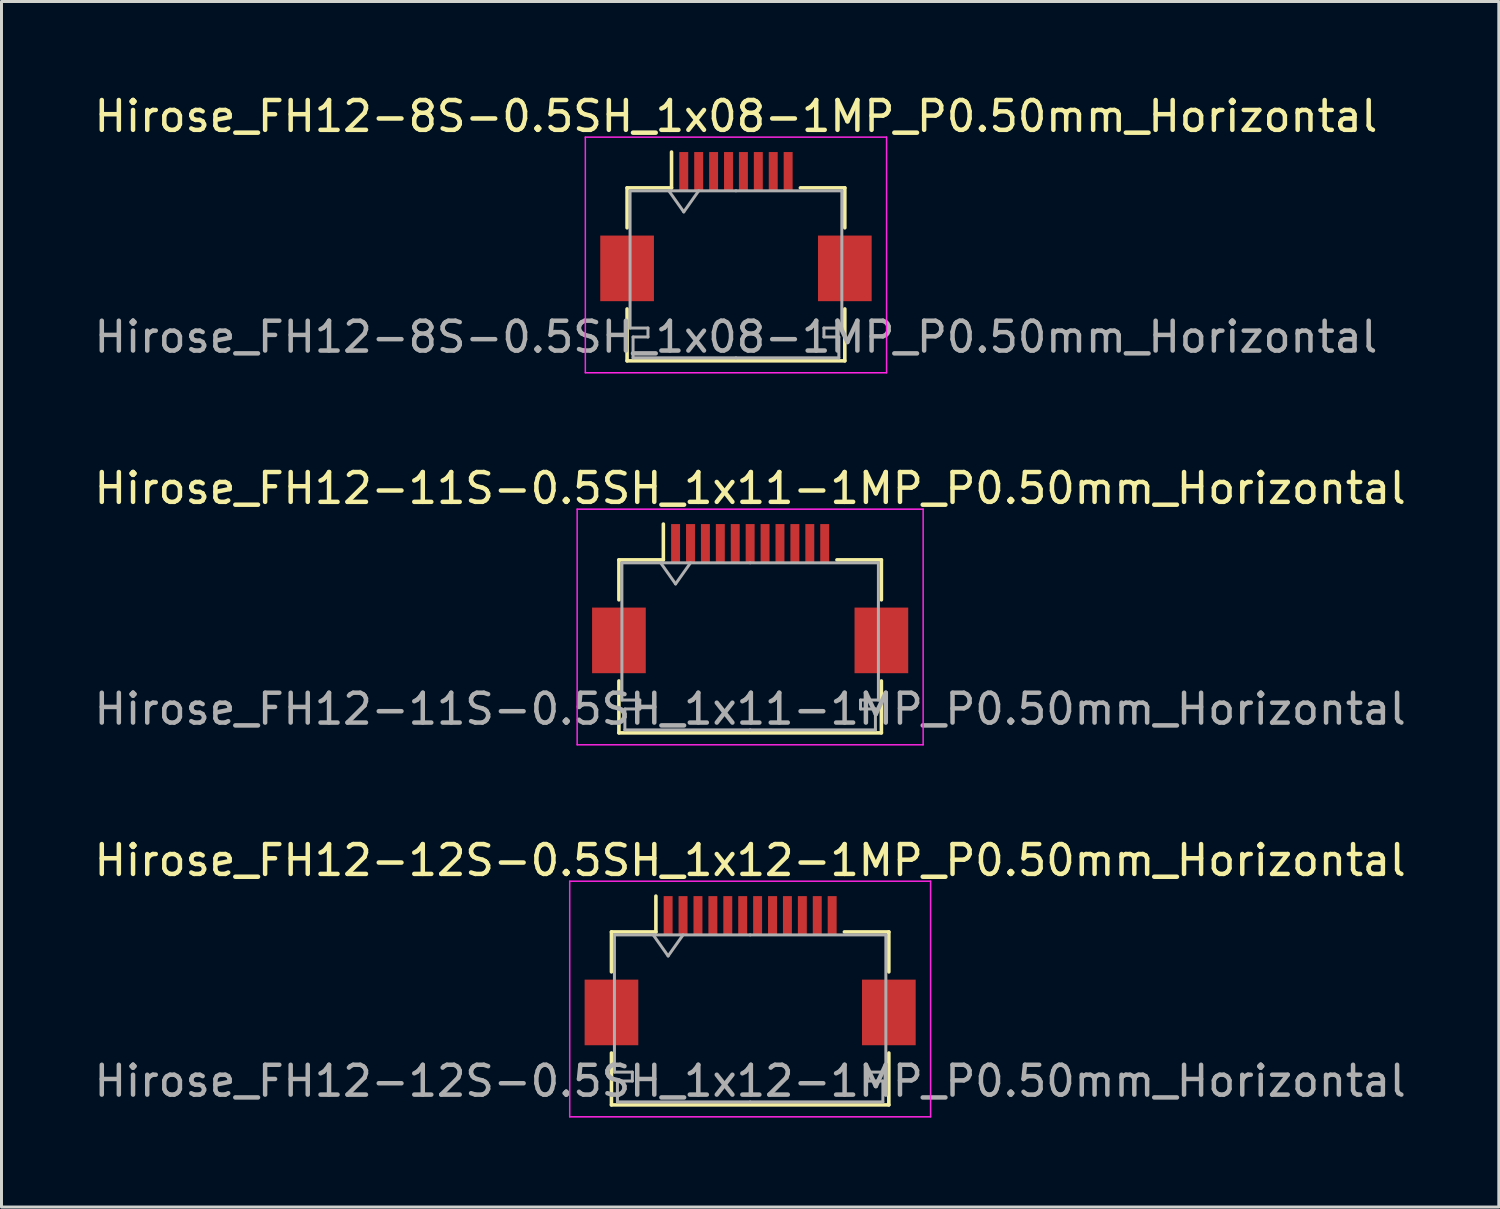
<source format=kicad_pcb>
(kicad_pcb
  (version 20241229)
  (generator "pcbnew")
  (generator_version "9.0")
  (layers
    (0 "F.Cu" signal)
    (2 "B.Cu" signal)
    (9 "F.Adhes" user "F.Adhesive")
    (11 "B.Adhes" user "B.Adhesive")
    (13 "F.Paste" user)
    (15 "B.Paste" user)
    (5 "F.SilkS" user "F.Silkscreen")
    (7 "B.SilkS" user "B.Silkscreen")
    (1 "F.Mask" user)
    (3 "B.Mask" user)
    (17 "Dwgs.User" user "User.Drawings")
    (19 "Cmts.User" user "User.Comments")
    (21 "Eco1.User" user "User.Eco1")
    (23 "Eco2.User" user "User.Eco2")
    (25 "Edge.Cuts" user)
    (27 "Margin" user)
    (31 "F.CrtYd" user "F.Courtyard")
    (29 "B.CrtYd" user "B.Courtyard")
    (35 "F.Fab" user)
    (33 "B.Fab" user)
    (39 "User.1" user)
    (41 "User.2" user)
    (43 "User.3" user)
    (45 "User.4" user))
  (footprint "Hirose_FH12-12S-0.5SH_1x12-1MP_P0.50mm_Horizontal"
    (layer "F.Cu")
    (at 22.101 29.495)
    (property "Reference" "Hirose_FH12-12S-0.5SH_1x12-1MP_P0.50mm_Horizontal" (at 0 -3.7 0) (layer "F.SilkS") (effects (font (size 1 1) (thickness 0.15))))
    (attr smd)
    (fp_line (start -4.65 -1.3) (end -4.65 0.04) (stroke (width 0.12) (type solid)) (layer "F.SilkS"))
    (fp_line (start -4.65 2.76) (end -4.65 4.5) (stroke (width 0.12) (type solid)) (layer "F.SilkS"))
    (fp_line (start -4.65 4.5) (end 4.65 4.5) (stroke (width 0.12) (type solid)) (layer "F.SilkS"))
    (fp_line (start -3.16 -1.3) (end -4.65 -1.3) (stroke (width 0.12) (type solid)) (layer "F.SilkS"))
    (fp_line (start -3.16 -1.3) (end -3.16 -2.5) (stroke (width 0.12) (type solid)) (layer "F.SilkS"))
    (fp_line (start 3.16 -1.3) (end 4.65 -1.3) (stroke (width 0.12) (type solid)) (layer "F.SilkS"))
    (fp_line (start 4.65 -1.3) (end 4.65 0.04) (stroke (width 0.12) (type solid)) (layer "F.SilkS"))
    (fp_line (start 4.65 4.5) (end 4.65 2.76) (stroke (width 0.12) (type solid)) (layer "F.SilkS"))
    (fp_line (start -6.05 -3) (end -6.05 4.9) (stroke (width 0.05) (type solid)) (layer "F.CrtYd"))
    (fp_line (start -6.05 4.9) (end 6.05 4.9) (stroke (width 0.05) (type solid)) (layer "F.CrtYd"))
    (fp_line (start 6.05 -3) (end -6.05 -3) (stroke (width 0.05) (type solid)) (layer "F.CrtYd"))
    (fp_line (start 6.05 4.9) (end 6.05 -3) (stroke (width 0.05) (type solid)) (layer "F.CrtYd"))
    (fp_line (start -4.55 -1.2) (end -4.55 3.4) (stroke (width 0.1) (type solid)) (layer "F.Fab"))
    (fp_line (start -4.55 3.4) (end -3.95 3.4) (stroke (width 0.1) (type solid)) (layer "F.Fab"))
    (fp_line (start -4.45 3.7) (end -4.45 4.4) (stroke (width 0.1) (type solid)) (layer "F.Fab"))
    (fp_line (start -4.45 4.4) (end 0 4.4) (stroke (width 0.1) (type solid)) (layer "F.Fab"))
    (fp_line (start -3.95 3.4) (end -3.95 3.7) (stroke (width 0.1) (type solid)) (layer "F.Fab"))
    (fp_line (start -3.95 3.7) (end -4.45 3.7) (stroke (width 0.1) (type solid)) (layer "F.Fab"))
    (fp_line (start -3.25 -1.2) (end -2.75 -0.493) (stroke (width 0.1) (type solid)) (layer "F.Fab"))
    (fp_line (start -2.75 -0.493) (end -2.25 -1.2) (stroke (width 0.1) (type solid)) (layer "F.Fab"))
    (fp_line (start 0 -1.2) (end -4.55 -1.2) (stroke (width 0.1) (type solid)) (layer "F.Fab"))
    (fp_line (start 0 -1.2) (end 4.55 -1.2) (stroke (width 0.1) (type solid)) (layer "F.Fab"))
    (fp_line (start 3.95 3.4) (end 3.95 3.7) (stroke (width 0.1) (type solid)) (layer "F.Fab"))
    (fp_line (start 3.95 3.7) (end 4.45 3.7) (stroke (width 0.1) (type solid)) (layer "F.Fab"))
    (fp_line (start 4.45 3.7) (end 4.45 4.4) (stroke (width 0.1) (type solid)) (layer "F.Fab"))
    (fp_line (start 4.45 4.4) (end 0 4.4) (stroke (width 0.1) (type solid)) (layer "F.Fab"))
    (fp_line (start 4.55 -1.2) (end 4.55 3.4) (stroke (width 0.1) (type solid)) (layer "F.Fab"))
    (fp_line (start 4.55 3.4) (end 3.95 3.4) (stroke (width 0.1) (type solid)) (layer "F.Fab"))
    (fp_text user "${REFERENCE}" (at 0 3.7 0) (layer "F.Fab") (effects (font (size 1 1) (thickness 0.15))))
    (pad "1" smd rect (at -2.75 -1.85) (size 0.3 1.3) (layers "F.Cu" "F.Mask" "F.Paste"))
    (pad "2" smd rect (at -2.25 -1.85) (size 0.3 1.3) (layers "F.Cu" "F.Mask" "F.Paste"))
    (pad "3" smd rect (at -1.75 -1.85) (size 0.3 1.3) (layers "F.Cu" "F.Mask" "F.Paste"))
    (pad "4" smd rect (at -1.25 -1.85) (size 0.3 1.3) (layers "F.Cu" "F.Mask" "F.Paste"))
    (pad "5" smd rect (at -0.75 -1.85) (size 0.3 1.3) (layers "F.Cu" "F.Mask" "F.Paste"))
    (pad "6" smd rect (at -0.25 -1.85) (size 0.3 1.3) (layers "F.Cu" "F.Mask" "F.Paste"))
    (pad "7" smd rect (at 0.25 -1.85) (size 0.3 1.3) (layers "F.Cu" "F.Mask" "F.Paste"))
    (pad "8" smd rect (at 0.75 -1.85) (size 0.3 1.3) (layers "F.Cu" "F.Mask" "F.Paste"))
    (pad "9" smd rect (at 1.25 -1.85) (size 0.3 1.3) (layers "F.Cu" "F.Mask" "F.Paste"))
    (pad "10" smd rect (at 1.75 -1.85) (size 0.3 1.3) (layers "F.Cu" "F.Mask" "F.Paste"))
    (pad "11" smd rect (at 2.25 -1.85) (size 0.3 1.3) (layers "F.Cu" "F.Mask" "F.Paste"))
    (pad "12" smd rect (at 2.75 -1.85) (size 0.3 1.3) (layers "F.Cu" "F.Mask" "F.Paste"))
    (pad "MP" smd rect (at -4.65 1.4) (size 1.8 2.2) (layers "F.Cu" "F.Mask" "F.Paste"))
    (pad "MP" smd rect (at 4.65 1.4) (size 1.8 2.2) (layers "F.Cu" "F.Mask" "F.Paste")))
  (footprint "Hirose_FH12-11S-0.5SH_1x11-1MP_P0.50mm_Horizontal"
    (layer "F.Cu")
    (at 22.101 17.021)
    (property "Reference" "Hirose_FH12-11S-0.5SH_1x11-1MP_P0.50mm_Horizontal" (at 0 -3.7 0) (layer "F.SilkS") (effects (font (size 1 1) (thickness 0.15))))
    (attr smd)
    (fp_line (start -4.4 -1.3) (end -4.4 0.04) (stroke (width 0.12) (type solid)) (layer "F.SilkS"))
    (fp_line (start -4.4 2.76) (end -4.4 4.5) (stroke (width 0.12) (type solid)) (layer "F.SilkS"))
    (fp_line (start -4.4 4.5) (end 4.4 4.5) (stroke (width 0.12) (type solid)) (layer "F.SilkS"))
    (fp_line (start -2.91 -1.3) (end -4.4 -1.3) (stroke (width 0.12) (type solid)) (layer "F.SilkS"))
    (fp_line (start -2.91 -1.3) (end -2.91 -2.5) (stroke (width 0.12) (type solid)) (layer "F.SilkS"))
    (fp_line (start 2.91 -1.3) (end 4.4 -1.3) (stroke (width 0.12) (type solid)) (layer "F.SilkS"))
    (fp_line (start 4.4 -1.3) (end 4.4 0.04) (stroke (width 0.12) (type solid)) (layer "F.SilkS"))
    (fp_line (start 4.4 4.5) (end 4.4 2.76) (stroke (width 0.12) (type solid)) (layer "F.SilkS"))
    (fp_line (start -5.8 -3) (end -5.8 4.9) (stroke (width 0.05) (type solid)) (layer "F.CrtYd"))
    (fp_line (start -5.8 4.9) (end 5.8 4.9) (stroke (width 0.05) (type solid)) (layer "F.CrtYd"))
    (fp_line (start 5.8 -3) (end -5.8 -3) (stroke (width 0.05) (type solid)) (layer "F.CrtYd"))
    (fp_line (start 5.8 4.9) (end 5.8 -3) (stroke (width 0.05) (type solid)) (layer "F.CrtYd"))
    (fp_line (start -4.3 -1.2) (end -4.3 3.4) (stroke (width 0.1) (type solid)) (layer "F.Fab"))
    (fp_line (start -4.3 3.4) (end -3.7 3.4) (stroke (width 0.1) (type solid)) (layer "F.Fab"))
    (fp_line (start -4.2 3.7) (end -4.2 4.4) (stroke (width 0.1) (type solid)) (layer "F.Fab"))
    (fp_line (start -4.2 4.4) (end 0 4.4) (stroke (width 0.1) (type solid)) (layer "F.Fab"))
    (fp_line (start -3.7 3.4) (end -3.7 3.7) (stroke (width 0.1) (type solid)) (layer "F.Fab"))
    (fp_line (start -3.7 3.7) (end -4.2 3.7) (stroke (width 0.1) (type solid)) (layer "F.Fab"))
    (fp_line (start -3 -1.2) (end -2.5 -0.493) (stroke (width 0.1) (type solid)) (layer "F.Fab"))
    (fp_line (start -2.5 -0.493) (end -2 -1.2) (stroke (width 0.1) (type solid)) (layer "F.Fab"))
    (fp_line (start 0 -1.2) (end -4.3 -1.2) (stroke (width 0.1) (type solid)) (layer "F.Fab"))
    (fp_line (start 0 -1.2) (end 4.3 -1.2) (stroke (width 0.1) (type solid)) (layer "F.Fab"))
    (fp_line (start 3.7 3.4) (end 3.7 3.7) (stroke (width 0.1) (type solid)) (layer "F.Fab"))
    (fp_line (start 3.7 3.7) (end 4.2 3.7) (stroke (width 0.1) (type solid)) (layer "F.Fab"))
    (fp_line (start 4.2 3.7) (end 4.2 4.4) (stroke (width 0.1) (type solid)) (layer "F.Fab"))
    (fp_line (start 4.2 4.4) (end 0 4.4) (stroke (width 0.1) (type solid)) (layer "F.Fab"))
    (fp_line (start 4.3 -1.2) (end 4.3 3.4) (stroke (width 0.1) (type solid)) (layer "F.Fab"))
    (fp_line (start 4.3 3.4) (end 3.7 3.4) (stroke (width 0.1) (type solid)) (layer "F.Fab"))
    (fp_text user "${REFERENCE}" (at 0 3.7 0) (layer "F.Fab") (effects (font (size 1 1) (thickness 0.15))))
    (pad "1" smd rect (at -2.5 -1.85) (size 0.3 1.3) (layers "F.Cu" "F.Mask" "F.Paste"))
    (pad "2" smd rect (at -2 -1.85) (size 0.3 1.3) (layers "F.Cu" "F.Mask" "F.Paste"))
    (pad "3" smd rect (at -1.5 -1.85) (size 0.3 1.3) (layers "F.Cu" "F.Mask" "F.Paste"))
    (pad "4" smd rect (at -1 -1.85) (size 0.3 1.3) (layers "F.Cu" "F.Mask" "F.Paste"))
    (pad "5" smd rect (at -0.5 -1.85) (size 0.3 1.3) (layers "F.Cu" "F.Mask" "F.Paste"))
    (pad "6" smd rect (at 0 -1.85) (size 0.3 1.3) (layers "F.Cu" "F.Mask" "F.Paste"))
    (pad "7" smd rect (at 0.5 -1.85) (size 0.3 1.3) (layers "F.Cu" "F.Mask" "F.Paste"))
    (pad "8" smd rect (at 1 -1.85) (size 0.3 1.3) (layers "F.Cu" "F.Mask" "F.Paste"))
    (pad "9" smd rect (at 1.5 -1.85) (size 0.3 1.3) (layers "F.Cu" "F.Mask" "F.Paste"))
    (pad "10" smd rect (at 2 -1.85) (size 0.3 1.3) (layers "F.Cu" "F.Mask" "F.Paste"))
    (pad "11" smd rect (at 2.5 -1.85) (size 0.3 1.3) (layers "F.Cu" "F.Mask" "F.Paste"))
    (pad "MP" smd rect (at -4.4 1.4) (size 1.8 2.2) (layers "F.Cu" "F.Mask" "F.Paste"))
    (pad "MP" smd rect (at 4.4 1.4) (size 1.8 2.2) (layers "F.Cu" "F.Mask" "F.Paste")))
  (footprint "Hirose_FH12-8S-0.5SH_1x08-1MP_P0.50mm_Horizontal"
    (layer "F.Cu")
    (at 21.625 4.548)
    (property "Reference" "Hirose_FH12-8S-0.5SH_1x08-1MP_P0.50mm_Horizontal" (at 0 -3.7 0) (layer "F.SilkS") (effects (font (size 1 1) (thickness 0.15))))
    (attr smd)
    (fp_line (start -3.65 -1.3) (end -3.65 0.04) (stroke (width 0.12) (type solid)) (layer "F.SilkS"))
    (fp_line (start -3.65 2.76) (end -3.65 4.5) (stroke (width 0.12) (type solid)) (layer "F.SilkS"))
    (fp_line (start -3.65 4.5) (end 3.65 4.5) (stroke (width 0.12) (type solid)) (layer "F.SilkS"))
    (fp_line (start -2.16 -1.3) (end -3.65 -1.3) (stroke (width 0.12) (type solid)) (layer "F.SilkS"))
    (fp_line (start -2.16 -1.3) (end -2.16 -2.5) (stroke (width 0.12) (type solid)) (layer "F.SilkS"))
    (fp_line (start 2.16 -1.3) (end 3.65 -1.3) (stroke (width 0.12) (type solid)) (layer "F.SilkS"))
    (fp_line (start 3.65 -1.3) (end 3.65 0.04) (stroke (width 0.12) (type solid)) (layer "F.SilkS"))
    (fp_line (start 3.65 4.5) (end 3.65 2.76) (stroke (width 0.12) (type solid)) (layer "F.SilkS"))
    (fp_line (start -5.05 -3) (end -5.05 4.9) (stroke (width 0.05) (type solid)) (layer "F.CrtYd"))
    (fp_line (start -5.05 4.9) (end 5.05 4.9) (stroke (width 0.05) (type solid)) (layer "F.CrtYd"))
    (fp_line (start 5.05 -3) (end -5.05 -3) (stroke (width 0.05) (type solid)) (layer "F.CrtYd"))
    (fp_line (start 5.05 4.9) (end 5.05 -3) (stroke (width 0.05) (type solid)) (layer "F.CrtYd"))
    (fp_line (start -3.55 -1.2) (end -3.55 3.4) (stroke (width 0.1) (type solid)) (layer "F.Fab"))
    (fp_line (start -3.55 3.4) (end -2.95 3.4) (stroke (width 0.1) (type solid)) (layer "F.Fab"))
    (fp_line (start -3.45 3.7) (end -3.45 4.4) (stroke (width 0.1) (type solid)) (layer "F.Fab"))
    (fp_line (start -3.45 4.4) (end 0 4.4) (stroke (width 0.1) (type solid)) (layer "F.Fab"))
    (fp_line (start -2.95 3.4) (end -2.95 3.7) (stroke (width 0.1) (type solid)) (layer "F.Fab"))
    (fp_line (start -2.95 3.7) (end -3.45 3.7) (stroke (width 0.1) (type solid)) (layer "F.Fab"))
    (fp_line (start -2.25 -1.2) (end -1.75 -0.493) (stroke (width 0.1) (type solid)) (layer "F.Fab"))
    (fp_line (start -1.75 -0.493) (end -1.25 -1.2) (stroke (width 0.1) (type solid)) (layer "F.Fab"))
    (fp_line (start 0 -1.2) (end -3.55 -1.2) (stroke (width 0.1) (type solid)) (layer "F.Fab"))
    (fp_line (start 0 -1.2) (end 3.55 -1.2) (stroke (width 0.1) (type solid)) (layer "F.Fab"))
    (fp_line (start 2.95 3.4) (end 2.95 3.7) (stroke (width 0.1) (type solid)) (layer "F.Fab"))
    (fp_line (start 2.95 3.7) (end 3.45 3.7) (stroke (width 0.1) (type solid)) (layer "F.Fab"))
    (fp_line (start 3.45 3.7) (end 3.45 4.4) (stroke (width 0.1) (type solid)) (layer "F.Fab"))
    (fp_line (start 3.45 4.4) (end 0 4.4) (stroke (width 0.1) (type solid)) (layer "F.Fab"))
    (fp_line (start 3.55 -1.2) (end 3.55 3.4) (stroke (width 0.1) (type solid)) (layer "F.Fab"))
    (fp_line (start 3.55 3.4) (end 2.95 3.4) (stroke (width 0.1) (type solid)) (layer "F.Fab"))
    (fp_text user "${REFERENCE}" (at 0 3.7 0) (layer "F.Fab") (effects (font (size 1 1) (thickness 0.15))))
    (pad "1" smd rect (at -1.75 -1.85) (size 0.3 1.3) (layers "F.Cu" "F.Mask" "F.Paste"))
    (pad "2" smd rect (at -1.25 -1.85) (size 0.3 1.3) (layers "F.Cu" "F.Mask" "F.Paste"))
    (pad "3" smd rect (at -0.75 -1.85) (size 0.3 1.3) (layers "F.Cu" "F.Mask" "F.Paste"))
    (pad "4" smd rect (at -0.25 -1.85) (size 0.3 1.3) (layers "F.Cu" "F.Mask" "F.Paste"))
    (pad "5" smd rect (at 0.25 -1.85) (size 0.3 1.3) (layers "F.Cu" "F.Mask" "F.Paste"))
    (pad "6" smd rect (at 0.75 -1.85) (size 0.3 1.3) (layers "F.Cu" "F.Mask" "F.Paste"))
    (pad "7" smd rect (at 1.25 -1.85) (size 0.3 1.3) (layers "F.Cu" "F.Mask" "F.Paste"))
    (pad "8" smd rect (at 1.75 -1.85) (size 0.3 1.3) (layers "F.Cu" "F.Mask" "F.Paste"))
    (pad "MP" smd rect (at -3.65 1.4) (size 1.8 2.2) (layers "F.Cu" "F.Mask" "F.Paste"))
    (pad "MP" smd rect (at 3.65 1.4) (size 1.8 2.2) (layers "F.Cu" "F.Mask" "F.Paste")))
  (gr_rect
    (start -3 -3)
    (end 47.202 37.42)
    (stroke (width 0.1) (type default))
    (fill no)
    (layer "Edge.Cuts")))
</source>
